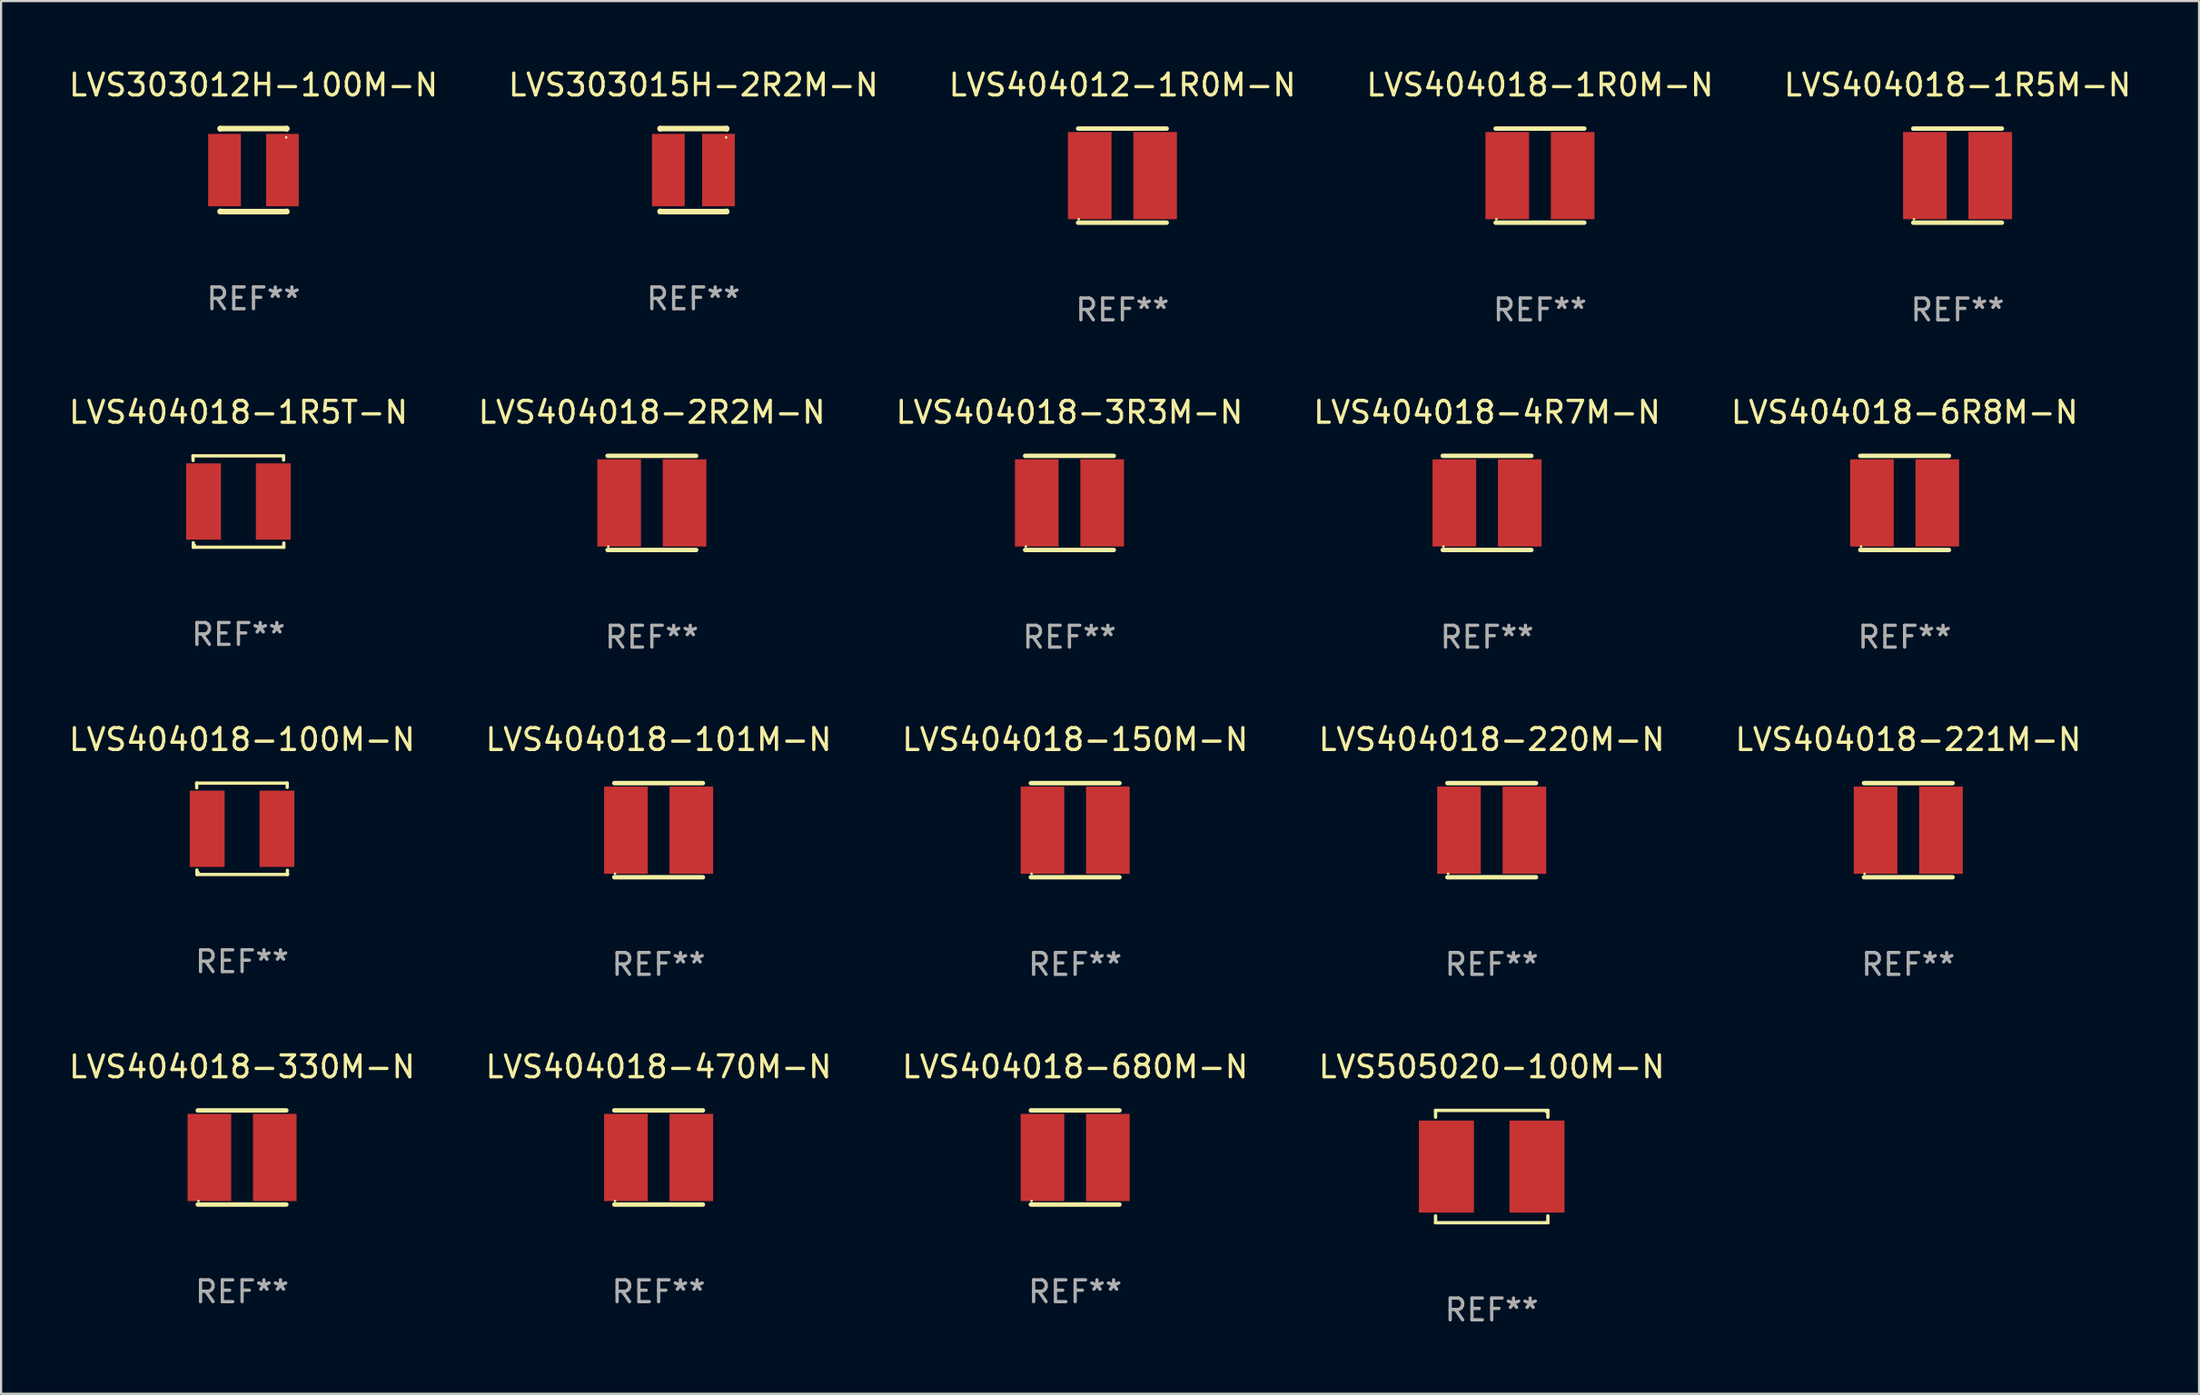
<source format=kicad_pcb>
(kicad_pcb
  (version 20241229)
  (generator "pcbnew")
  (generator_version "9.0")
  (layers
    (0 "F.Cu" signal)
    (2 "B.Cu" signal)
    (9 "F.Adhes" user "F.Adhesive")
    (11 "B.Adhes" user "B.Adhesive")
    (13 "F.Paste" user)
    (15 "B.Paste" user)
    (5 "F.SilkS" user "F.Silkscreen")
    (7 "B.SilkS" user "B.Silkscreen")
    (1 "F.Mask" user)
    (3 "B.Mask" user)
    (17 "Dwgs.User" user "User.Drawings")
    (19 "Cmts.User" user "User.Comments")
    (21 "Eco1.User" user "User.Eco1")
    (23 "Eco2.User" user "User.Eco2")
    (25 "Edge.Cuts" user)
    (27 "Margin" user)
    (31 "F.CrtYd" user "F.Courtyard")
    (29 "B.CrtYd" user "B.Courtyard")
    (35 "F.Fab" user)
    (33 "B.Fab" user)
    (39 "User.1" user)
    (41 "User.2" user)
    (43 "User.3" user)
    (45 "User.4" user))
  (footprint "LVS404018-150M-N"
    (layer "F.Cu")
    (at 46.268 35.036)
    (property "Reference" "LVS404018-150M-N" (at 0 -4.159 0) (layer "F.SilkS") (effects (font (size 1 1) (thickness 0.15))))
    (attr through_hole)
    (fp_line (start -2.032 -2.159) (end 2.032 -2.159) (stroke (width 0.203) (type solid)) (layer "F.SilkS"))
    (fp_line (start -2.032 2.159) (end 2.032 2.159) (stroke (width 0.203) (type solid)) (layer "F.SilkS"))
    (fp_circle (center -2 2) (end -1.97 2) (stroke (width 0.06) (type solid)) (fill no) (layer "F.SilkS"))
    (fp_text user "REF**" (at 0 6.159 0) (layer "F.Fab") (effects (font (size 1 1) (thickness 0.15))))
    (pad "1" smd rect (at -1.5 0) (size 2 4) (layers "F.Cu" "F.Mask" "F.Paste"))
    (pad "2" smd rect (at 1.5 0) (size 2 4) (layers "F.Cu" "F.Mask" "F.Paste")))
  (footprint "LVS404018-1R5M-N"
    (layer "F.Cu")
    (at 86.744 5.007)
    (property "Reference" "LVS404018-1R5M-N" (at 0 -4.159 0) (layer "F.SilkS") (effects (font (size 1 1) (thickness 0.15))))
    (attr through_hole)
    (fp_line (start -2.032 -2.159) (end 2.032 -2.159) (stroke (width 0.203) (type solid)) (layer "F.SilkS"))
    (fp_line (start -2.032 2.159) (end 2.032 2.159) (stroke (width 0.203) (type solid)) (layer "F.SilkS"))
    (fp_circle (center -2 2) (end -1.97 2) (stroke (width 0.06) (type solid)) (fill no) (layer "F.SilkS"))
    (fp_text user "REF**" (at 0 6.159 0) (layer "F.Fab") (effects (font (size 1 1) (thickness 0.15))))
    (pad "1" smd rect (at -1.5 0) (size 2 4) (layers "F.Cu" "F.Mask" "F.Paste"))
    (pad "2" smd rect (at 1.5 0) (size 2 4) (layers "F.Cu" "F.Mask" "F.Paste")))
  (footprint "LVS404018-6R8M-N"
    (layer "F.Cu")
    (at 84.315 20.022)
    (property "Reference" "LVS404018-6R8M-N" (at 0 -4.159 0) (layer "F.SilkS") (effects (font (size 1 1) (thickness 0.15))))
    (attr through_hole)
    (fp_line (start -2.032 -2.159) (end 2.032 -2.159) (stroke (width 0.203) (type solid)) (layer "F.SilkS"))
    (fp_line (start -2.032 2.159) (end 2.032 2.159) (stroke (width 0.203) (type solid)) (layer "F.SilkS"))
    (fp_circle (center -2 2) (end -1.97 2) (stroke (width 0.06) (type solid)) (fill no) (layer "F.SilkS"))
    (fp_text user "REF**" (at 0 6.159 0) (layer "F.Fab") (effects (font (size 1 1) (thickness 0.15))))
    (pad "1" smd rect (at -1.5 0) (size 2 4) (layers "F.Cu" "F.Mask" "F.Paste"))
    (pad "2" smd rect (at 1.5 0) (size 2 4) (layers "F.Cu" "F.Mask" "F.Paste")))
  (footprint "LVS404018-100M-N"
    (layer "F.Cu")
    (at 8.054 34.973)
    (property "Reference" "LVS404018-100M-N" (at 0 -4.096 0) (layer "F.SilkS") (effects (font (size 1 1) (thickness 0.15))))
    (attr through_hole)
    (fp_line (start -2.083 -2.096) (end -2.08 -1.88) (stroke (width 0.15) (type solid)) (layer "F.SilkS"))
    (fp_line (start -2.07 1.89) (end -2.07 2.096) (stroke (width 0.15) (type solid)) (layer "F.SilkS"))
    (fp_line (start -2.07 2.096) (end 2.083 2.096) (stroke (width 0.15) (type solid)) (layer "F.SilkS"))
    (fp_line (start 2.07 -1.9) (end 2.07 -2.096) (stroke (width 0.15) (type solid)) (layer "F.SilkS"))
    (fp_line (start 2.07 -2.096) (end -2.083 -2.096) (stroke (width 0.15) (type solid)) (layer "F.SilkS"))
    (fp_line (start 2.083 2.096) (end 2.08 1.9) (stroke (width 0.15) (type solid)) (layer "F.SilkS"))
    (fp_circle (center -2 2) (end -1.97 2) (stroke (width 0.06) (type solid)) (fill no) (layer "F.SilkS"))
    (fp_text user "REF**" (at 0 6.096 0) (layer "F.Fab") (effects (font (size 1 1) (thickness 0.15))))
    (pad "1" smd rect (at -1.6 -0.000343) (size 1.6 3.5) (layers "F.Cu" "F.Mask" "F.Paste"))
    (pad "2" smd rect (at 1.6 -0.000343) (size 1.6 3.5) (layers "F.Cu" "F.Mask" "F.Paste")))
  (footprint "LVS404018-2R2M-N"
    (layer "F.Cu")
    (at 26.851 20.022)
    (property "Reference" "LVS404018-2R2M-N" (at 0 -4.159 0) (layer "F.SilkS") (effects (font (size 1 1) (thickness 0.15))))
    (attr through_hole)
    (fp_line (start -2.032 -2.159) (end 2.032 -2.159) (stroke (width 0.203) (type solid)) (layer "F.SilkS"))
    (fp_line (start -2.032 2.159) (end 2.032 2.159) (stroke (width 0.203) (type solid)) (layer "F.SilkS"))
    (fp_circle (center -2 2) (end -1.97 2) (stroke (width 0.06) (type solid)) (fill no) (layer "F.SilkS"))
    (fp_text user "REF**" (at 0 6.159 0) (layer "F.Fab") (effects (font (size 1 1) (thickness 0.15))))
    (pad "1" smd rect (at -1.5 0) (size 2 4) (layers "F.Cu" "F.Mask" "F.Paste"))
    (pad "2" smd rect (at 1.5 0) (size 2 4) (layers "F.Cu" "F.Mask" "F.Paste")))
  (footprint "LVS404012-1R0M-N"
    (layer "F.Cu")
    (at 48.435 5.007)
    (property "Reference" "LVS404012-1R0M-N" (at 0 -4.159 0) (layer "F.SilkS") (effects (font (size 1 1) (thickness 0.15))))
    (attr through_hole)
    (fp_line (start -2.032 -2.159) (end 2.032 -2.159) (stroke (width 0.203) (type solid)) (layer "F.SilkS"))
    (fp_line (start -2.032 2.159) (end 2.032 2.159) (stroke (width 0.203) (type solid)) (layer "F.SilkS"))
    (fp_circle (center -2 2) (end -1.97 2) (stroke (width 0.06) (type solid)) (fill no) (layer "F.SilkS"))
    (fp_text user "REF**" (at 0 6.159 0) (layer "F.Fab") (effects (font (size 1 1) (thickness 0.15))))
    (pad "1" smd rect (at -1.5 0) (size 2 4) (layers "F.Cu" "F.Mask" "F.Paste"))
    (pad "2" smd rect (at 1.5 0) (size 2 4) (layers "F.Cu" "F.Mask" "F.Paste")))
  (footprint "LVS303015H-2R2M-N"
    (layer "F.Cu")
    (at 28.756 4.753)
    (property "Reference" "LVS303015H-2R2M-N" (at 0 -3.905 0) (layer "F.SilkS") (effects (font (size 1 1) (thickness 0.15))))
    (attr through_hole)
    (fp_line (start -1.524 -1.905) (end 1.524 -1.905) (stroke (width 0.254) (type solid)) (layer "F.SilkS"))
    (fp_line (start -1.524 -1.891) (end -1.524 -1.905) (stroke (width 0.254) (type solid)) (layer "F.SilkS"))
    (fp_line (start -1.524 1.905) (end -1.524 1.891) (stroke (width 0.254) (type solid)) (layer "F.SilkS"))
    (fp_line (start -1.524 1.905) (end 1.524 1.905) (stroke (width 0.254) (type solid)) (layer "F.SilkS"))
    (fp_line (start 1.524 -1.905) (end 1.524 -1.891) (stroke (width 0.254) (type solid)) (layer "F.SilkS"))
    (fp_line (start 1.524 1.891) (end 1.524 1.905) (stroke (width 0.254) (type solid)) (layer "F.SilkS"))
    (fp_circle (center 1.5 -1.5) (end 1.53 -1.5) (stroke (width 0.06) (type solid)) (fill no) (layer "F.SilkS"))
    (fp_text user "REF**" (at 0 5.905 0) (layer "F.Fab") (effects (font (size 1 1) (thickness 0.15))))
    (pad "1" smd rect (at 1.15 0) (size 1.5 3.32) (layers "F.Cu" "F.Mask" "F.Paste"))
    (pad "2" smd rect (at -1.15 0) (size 1.5 3.32) (layers "F.Cu" "F.Mask" "F.Paste")))
  (footprint "LVS404018-220M-N"
    (layer "F.Cu")
    (at 65.375 35.036)
    (property "Reference" "LVS404018-220M-N" (at 0 -4.159 0) (layer "F.SilkS") (effects (font (size 1 1) (thickness 0.15))))
    (attr through_hole)
    (fp_line (start -2.032 -2.159) (end 2.032 -2.159) (stroke (width 0.203) (type solid)) (layer "F.SilkS"))
    (fp_line (start -2.032 2.159) (end 2.032 2.159) (stroke (width 0.203) (type solid)) (layer "F.SilkS"))
    (fp_circle (center -2 2) (end -1.97 2) (stroke (width 0.06) (type solid)) (fill no) (layer "F.SilkS"))
    (fp_text user "REF**" (at 0 6.159 0) (layer "F.Fab") (effects (font (size 1 1) (thickness 0.15))))
    (pad "1" smd rect (at -1.5 0) (size 2 4) (layers "F.Cu" "F.Mask" "F.Paste"))
    (pad "2" smd rect (at 1.5 0) (size 2 4) (layers "F.Cu" "F.Mask" "F.Paste")))
  (footprint "LVS404018-3R3M-N"
    (layer "F.Cu")
    (at 46.006 20.022)
    (property "Reference" "LVS404018-3R3M-N" (at 0 -4.159 0) (layer "F.SilkS") (effects (font (size 1 1) (thickness 0.15))))
    (attr through_hole)
    (fp_line (start -2.032 -2.159) (end 2.032 -2.159) (stroke (width 0.203) (type solid)) (layer "F.SilkS"))
    (fp_line (start -2.032 2.159) (end 2.032 2.159) (stroke (width 0.203) (type solid)) (layer "F.SilkS"))
    (fp_circle (center -2 2) (end -1.97 2) (stroke (width 0.06) (type solid)) (fill no) (layer "F.SilkS"))
    (fp_text user "REF**" (at 0 6.159 0) (layer "F.Fab") (effects (font (size 1 1) (thickness 0.15))))
    (pad "1" smd rect (at -1.5 0) (size 2 4) (layers "F.Cu" "F.Mask" "F.Paste"))
    (pad "2" smd rect (at 1.5 0) (size 2 4) (layers "F.Cu" "F.Mask" "F.Paste")))
  (footprint "LVS303012H-100M-N"
    (layer "F.Cu")
    (at 8.577 4.753)
    (property "Reference" "LVS303012H-100M-N" (at 0 -3.905 0) (layer "F.SilkS") (effects (font (size 1 1) (thickness 0.15))))
    (attr through_hole)
    (fp_line (start -1.524 -1.905) (end 1.524 -1.905) (stroke (width 0.254) (type solid)) (layer "F.SilkS"))
    (fp_line (start -1.524 -1.891) (end -1.524 -1.905) (stroke (width 0.254) (type solid)) (layer "F.SilkS"))
    (fp_line (start -1.524 1.905) (end -1.524 1.891) (stroke (width 0.254) (type solid)) (layer "F.SilkS"))
    (fp_line (start -1.524 1.905) (end 1.524 1.905) (stroke (width 0.254) (type solid)) (layer "F.SilkS"))
    (fp_line (start 1.524 -1.905) (end 1.524 -1.891) (stroke (width 0.254) (type solid)) (layer "F.SilkS"))
    (fp_line (start 1.524 1.891) (end 1.524 1.905) (stroke (width 0.254) (type solid)) (layer "F.SilkS"))
    (fp_circle (center 1.5 -1.5) (end 1.53 -1.5) (stroke (width 0.06) (type solid)) (fill no) (layer "F.SilkS"))
    (fp_text user "REF**" (at 0 5.905 0) (layer "F.Fab") (effects (font (size 1 1) (thickness 0.15))))
    (pad "1" smd rect (at 1.328 0) (size 1.5 3.32) (layers "F.Cu" "F.Mask" "F.Paste"))
    (pad "2" smd rect (at -1.328 0) (size 1.5 3.32) (layers "F.Cu" "F.Mask" "F.Paste")))
  (footprint "LVS404018-680M-N"
    (layer "F.Cu")
    (at 46.268 50.051)
    (property "Reference" "LVS404018-680M-N" (at 0 -4.159 0) (layer "F.SilkS") (effects (font (size 1 1) (thickness 0.15))))
    (attr through_hole)
    (fp_line (start -2.032 -2.159) (end 2.032 -2.159) (stroke (width 0.203) (type solid)) (layer "F.SilkS"))
    (fp_line (start -2.032 2.159) (end 2.032 2.159) (stroke (width 0.203) (type solid)) (layer "F.SilkS"))
    (fp_circle (center -2 2) (end -1.97 2) (stroke (width 0.06) (type solid)) (fill no) (layer "F.SilkS"))
    (fp_text user "REF**" (at 0 6.159 0) (layer "F.Fab") (effects (font (size 1 1) (thickness 0.15))))
    (pad "1" smd rect (at -1.5 0) (size 2 4) (layers "F.Cu" "F.Mask" "F.Paste"))
    (pad "2" smd rect (at 1.5 0) (size 2 4) (layers "F.Cu" "F.Mask" "F.Paste")))
  (footprint "LVS505020-100M-N"
    (layer "F.Cu")
    (at 65.375 50.468)
    (property "Reference" "LVS505020-100M-N" (at 0 -4.576 0) (layer "F.SilkS") (effects (font (size 1 1) (thickness 0.15))))
    (attr through_hole)
    (fp_line (start -2.576 -2.576) (end 2.576 -2.576) (stroke (width 0.152) (type solid)) (layer "F.SilkS"))
    (fp_line (start -2.576 -2.262) (end -2.576 -2.576) (stroke (width 0.152) (type solid)) (layer "F.SilkS"))
    (fp_line (start -2.576 2.262) (end -2.576 2.576) (stroke (width 0.152) (type solid)) (layer "F.SilkS"))
    (fp_line (start -2.576 2.576) (end 2.576 2.576) (stroke (width 0.152) (type solid)) (layer "F.SilkS"))
    (fp_line (start 2.576 -2.576) (end 2.576 -2.262) (stroke (width 0.152) (type solid)) (layer "F.SilkS"))
    (fp_line (start 2.576 2.576) (end 2.576 2.262) (stroke (width 0.152) (type solid)) (layer "F.SilkS"))
    (fp_circle (center 2.5 -2.5) (end 2.53 -2.5) (stroke (width 0.06) (type solid)) (fill no) (layer "F.SilkS"))
    (fp_text user "REF**" (at 0 6.576 0) (layer "F.Fab") (effects (font (size 1 1) (thickness 0.15))))
    (pad "1" smd rect (at 2.078 0) (size 2.524 4.22) (layers "F.Cu" "F.Mask" "F.Paste"))
    (pad "2" smd rect (at -2.078 0) (size 2.524 4.22) (layers "F.Cu" "F.Mask" "F.Paste")))
  (footprint "LVS404018-470M-N"
    (layer "F.Cu")
    (at 27.161 50.051)
    (property "Reference" "LVS404018-470M-N" (at 0 -4.159 0) (layer "F.SilkS") (effects (font (size 1 1) (thickness 0.15))))
    (attr through_hole)
    (fp_line (start -2.032 -2.159) (end 2.032 -2.159) (stroke (width 0.203) (type solid)) (layer "F.SilkS"))
    (fp_line (start -2.032 2.159) (end 2.032 2.159) (stroke (width 0.203) (type solid)) (layer "F.SilkS"))
    (fp_circle (center -2 2) (end -1.97 2) (stroke (width 0.06) (type solid)) (fill no) (layer "F.SilkS"))
    (fp_text user "REF**" (at 0 6.159 0) (layer "F.Fab") (effects (font (size 1 1) (thickness 0.15))))
    (pad "1" smd rect (at -1.5 0) (size 2 4) (layers "F.Cu" "F.Mask" "F.Paste"))
    (pad "2" smd rect (at 1.5 0) (size 2 4) (layers "F.Cu" "F.Mask" "F.Paste")))
  (footprint "LVS404018-1R0M-N"
    (layer "F.Cu")
    (at 67.589 5.007)
    (property "Reference" "LVS404018-1R0M-N" (at 0 -4.159 0) (layer "F.SilkS") (effects (font (size 1 1) (thickness 0.15))))
    (attr through_hole)
    (fp_line (start -2.032 -2.159) (end 2.032 -2.159) (stroke (width 0.203) (type solid)) (layer "F.SilkS"))
    (fp_line (start -2.032 2.159) (end 2.032 2.159) (stroke (width 0.203) (type solid)) (layer "F.SilkS"))
    (fp_circle (center -2 2) (end -1.97 2) (stroke (width 0.06) (type solid)) (fill no) (layer "F.SilkS"))
    (fp_text user "REF**" (at 0 6.159 0) (layer "F.Fab") (effects (font (size 1 1) (thickness 0.15))))
    (pad "1" smd rect (at -1.5 0) (size 2 4) (layers "F.Cu" "F.Mask" "F.Paste"))
    (pad "2" smd rect (at 1.5 0) (size 2 4) (layers "F.Cu" "F.Mask" "F.Paste")))
  (footprint "LVS404018-221M-N"
    (layer "F.Cu")
    (at 84.482 35.036)
    (property "Reference" "LVS404018-221M-N" (at 0 -4.159 0) (layer "F.SilkS") (effects (font (size 1 1) (thickness 0.15))))
    (attr through_hole)
    (fp_line (start -2.032 -2.159) (end 2.032 -2.159) (stroke (width 0.203) (type solid)) (layer "F.SilkS"))
    (fp_line (start -2.032 2.159) (end 2.032 2.159) (stroke (width 0.203) (type solid)) (layer "F.SilkS"))
    (fp_circle (center -2 2) (end -1.97 2) (stroke (width 0.06) (type solid)) (fill no) (layer "F.SilkS"))
    (fp_text user "REF**" (at 0 6.159 0) (layer "F.Fab") (effects (font (size 1 1) (thickness 0.15))))
    (pad "1" smd rect (at -1.5 0) (size 2 4) (layers "F.Cu" "F.Mask" "F.Paste"))
    (pad "2" smd rect (at 1.5 0) (size 2 4) (layers "F.Cu" "F.Mask" "F.Paste")))
  (footprint "LVS404018-4R7M-N"
    (layer "F.Cu")
    (at 65.161 20.022)
    (property "Reference" "LVS404018-4R7M-N" (at 0 -4.159 0) (layer "F.SilkS") (effects (font (size 1 1) (thickness 0.15))))
    (attr through_hole)
    (fp_line (start -2.032 -2.159) (end 2.032 -2.159) (stroke (width 0.203) (type solid)) (layer "F.SilkS"))
    (fp_line (start -2.032 2.159) (end 2.032 2.159) (stroke (width 0.203) (type solid)) (layer "F.SilkS"))
    (fp_circle (center -2 2) (end -1.97 2) (stroke (width 0.06) (type solid)) (fill no) (layer "F.SilkS"))
    (fp_text user "REF**" (at 0 6.159 0) (layer "F.Fab") (effects (font (size 1 1) (thickness 0.15))))
    (pad "1" smd rect (at -1.5 0) (size 2 4) (layers "F.Cu" "F.Mask" "F.Paste"))
    (pad "2" smd rect (at 1.5 0) (size 2 4) (layers "F.Cu" "F.Mask" "F.Paste")))
  (footprint "LVS404018-1R5T-N"
    (layer "F.Cu")
    (at 7.887 19.959)
    (property "Reference" "LVS404018-1R5T-N" (at 0 -4.096 0) (layer "F.SilkS") (effects (font (size 1 1) (thickness 0.15))))
    (attr through_hole)
    (fp_line (start -2.083 -2.096) (end -2.08 -1.88) (stroke (width 0.15) (type solid)) (layer "F.SilkS"))
    (fp_line (start -2.07 1.89) (end -2.07 2.096) (stroke (width 0.15) (type solid)) (layer "F.SilkS"))
    (fp_line (start -2.07 2.096) (end 2.083 2.096) (stroke (width 0.15) (type solid)) (layer "F.SilkS"))
    (fp_line (start 2.07 -1.9) (end 2.07 -2.096) (stroke (width 0.15) (type solid)) (layer "F.SilkS"))
    (fp_line (start 2.07 -2.096) (end -2.083 -2.096) (stroke (width 0.15) (type solid)) (layer "F.SilkS"))
    (fp_line (start 2.083 2.096) (end 2.08 1.9) (stroke (width 0.15) (type solid)) (layer "F.SilkS"))
    (fp_circle (center -2 2) (end -1.97 2) (stroke (width 0.06) (type solid)) (fill no) (layer "F.SilkS"))
    (fp_text user "REF**" (at 0 6.096 0) (layer "F.Fab") (effects (font (size 1 1) (thickness 0.15))))
    (pad "1" smd rect (at -1.6 -0.000343) (size 1.6 3.5) (layers "F.Cu" "F.Mask" "F.Paste"))
    (pad "2" smd rect (at 1.6 -0.000343) (size 1.6 3.5) (layers "F.Cu" "F.Mask" "F.Paste")))
  (footprint "LVS404018-330M-N"
    (layer "F.Cu")
    (at 8.054 50.051)
    (property "Reference" "LVS404018-330M-N" (at 0 -4.159 0) (layer "F.SilkS") (effects (font (size 1 1) (thickness 0.15))))
    (attr through_hole)
    (fp_line (start -2.032 -2.159) (end 2.032 -2.159) (stroke (width 0.203) (type solid)) (layer "F.SilkS"))
    (fp_line (start -2.032 2.159) (end 2.032 2.159) (stroke (width 0.203) (type solid)) (layer "F.SilkS"))
    (fp_circle (center -2 2) (end -1.97 2) (stroke (width 0.06) (type solid)) (fill no) (layer "F.SilkS"))
    (fp_text user "REF**" (at 0 6.159 0) (layer "F.Fab") (effects (font (size 1 1) (thickness 0.15))))
    (pad "1" smd rect (at -1.5 0) (size 2 4) (layers "F.Cu" "F.Mask" "F.Paste"))
    (pad "2" smd rect (at 1.5 0) (size 2 4) (layers "F.Cu" "F.Mask" "F.Paste")))
  (footprint "LVS404018-101M-N"
    (layer "F.Cu")
    (at 27.161 35.036)
    (property "Reference" "LVS404018-101M-N" (at 0 -4.159 0) (layer "F.SilkS") (effects (font (size 1 1) (thickness 0.15))))
    (attr through_hole)
    (fp_line (start -2.032 -2.159) (end 2.032 -2.159) (stroke (width 0.203) (type solid)) (layer "F.SilkS"))
    (fp_line (start -2.032 2.159) (end 2.032 2.159) (stroke (width 0.203) (type solid)) (layer "F.SilkS"))
    (fp_circle (center -2 2) (end -1.97 2) (stroke (width 0.06) (type solid)) (fill no) (layer "F.SilkS"))
    (fp_text user "REF**" (at 0 6.159 0) (layer "F.Fab") (effects (font (size 1 1) (thickness 0.15))))
    (pad "1" smd rect (at -1.5 0) (size 2 4) (layers "F.Cu" "F.Mask" "F.Paste"))
    (pad "2" smd rect (at 1.5 0) (size 2 4) (layers "F.Cu" "F.Mask" "F.Paste")))
  (gr_rect
    (start -3 -3)
    (end 97.821 60.892)
    (stroke (width 0.1) (type default))
    (fill no)
    (layer "Edge.Cuts")))
</source>
